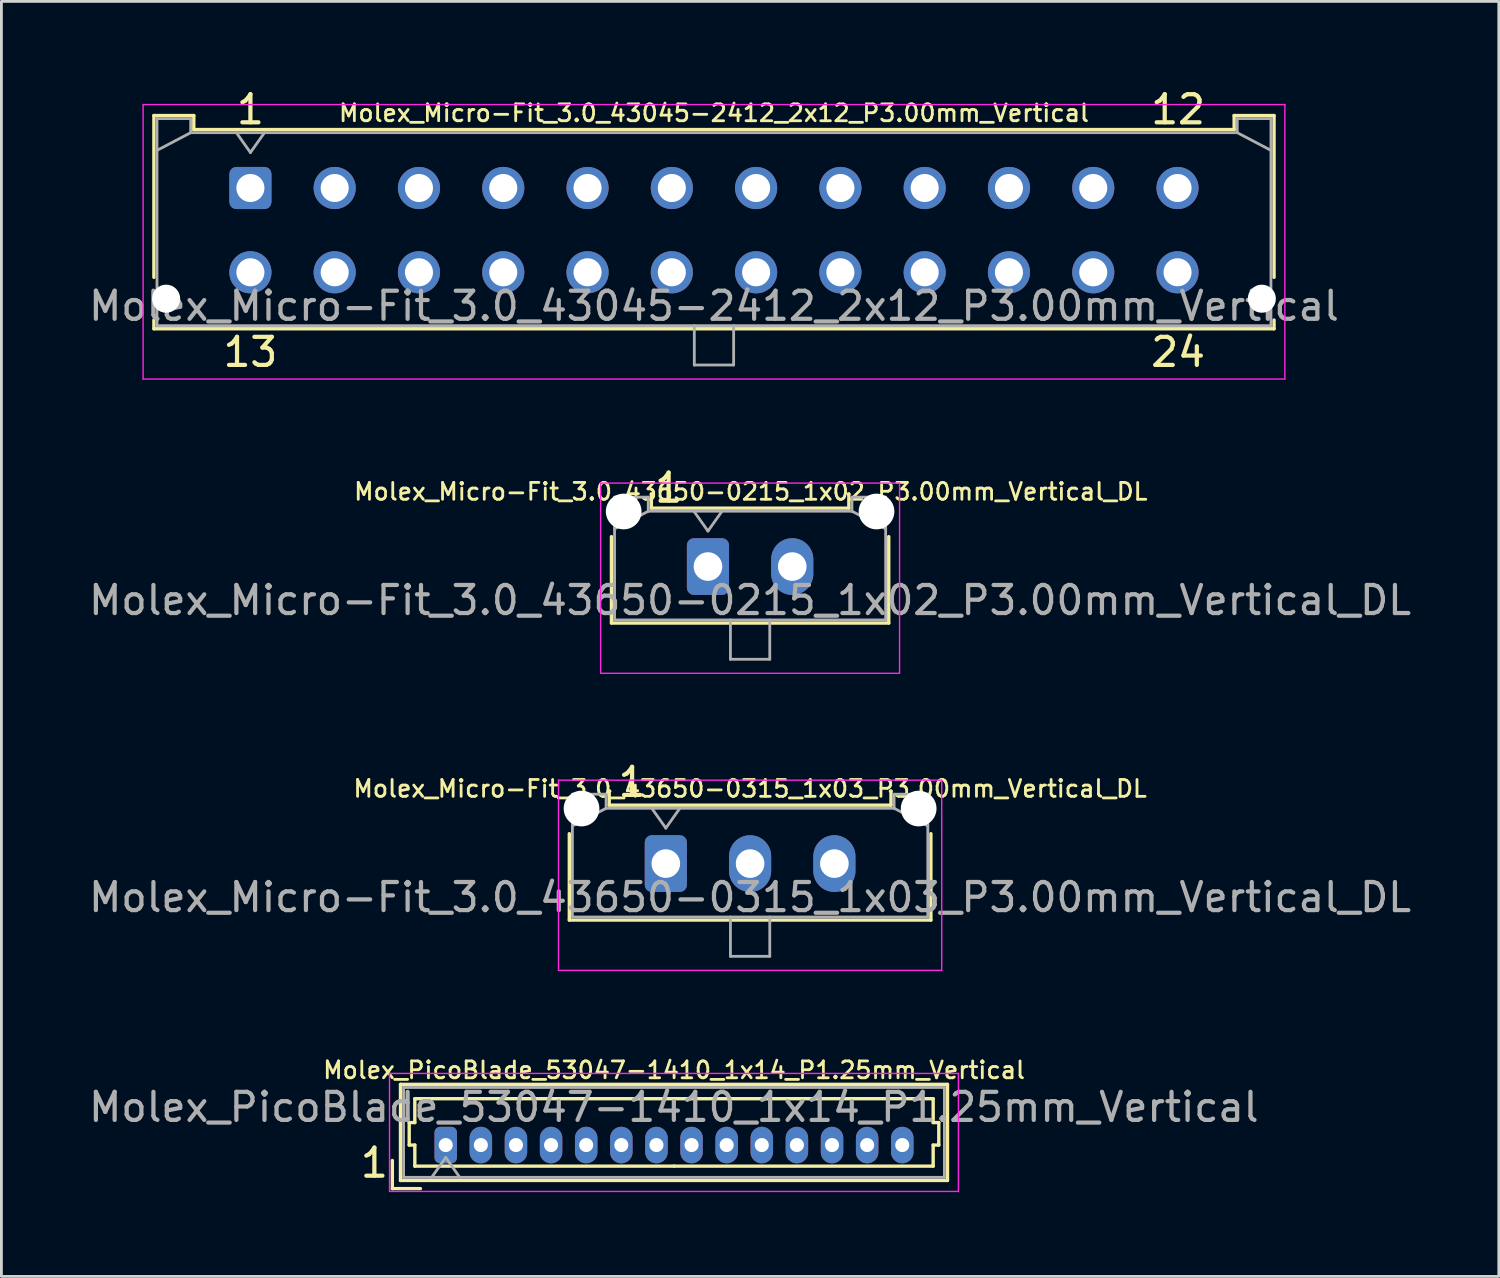
<source format=kicad_pcb>
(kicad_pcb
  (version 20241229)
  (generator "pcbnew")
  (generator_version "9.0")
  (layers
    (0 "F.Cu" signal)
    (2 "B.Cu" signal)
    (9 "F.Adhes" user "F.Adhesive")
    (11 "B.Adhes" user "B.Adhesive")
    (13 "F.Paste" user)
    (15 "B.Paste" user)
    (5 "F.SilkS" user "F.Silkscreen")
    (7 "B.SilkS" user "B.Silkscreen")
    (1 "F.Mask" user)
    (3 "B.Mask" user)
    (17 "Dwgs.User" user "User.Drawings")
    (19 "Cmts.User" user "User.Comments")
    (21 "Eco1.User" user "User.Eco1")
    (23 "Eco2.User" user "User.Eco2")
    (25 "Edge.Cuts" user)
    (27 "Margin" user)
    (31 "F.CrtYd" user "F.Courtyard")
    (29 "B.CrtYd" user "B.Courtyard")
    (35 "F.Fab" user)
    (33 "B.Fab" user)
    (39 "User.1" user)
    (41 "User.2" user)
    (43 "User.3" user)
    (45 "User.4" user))
  (footprint "Molex_Micro-Fit_3.0_43650-0315_1x03_P3.00mm_Vertical_DL"
    (layer "F.Cu")
    (at 20.649 27.689)
    (property "Reference" "Molex_Micro-Fit_3.0_43650-0315_1x03_P3.00mm_Vertical_DL" (at 3 -2.667 0) (layer "F.SilkS") (effects (font (size 0.6 0.6) (thickness 0.1))))
    (attr through_hole)
    (fp_line (start -3.435 -1.065) (end -3.435 2.01) (stroke (width 0.12) (type solid)) (layer "F.SilkS"))
    (fp_line (start -3.435 2.01) (end 9.435 2.01) (stroke (width 0.12) (type solid)) (layer "F.SilkS"))
    (fp_line (start -2.015 -2.58) (end -2.015 -2.08) (stroke (width 0.12) (type solid)) (layer "F.SilkS"))
    (fp_line (start -2.015 -2.08) (end 8.015 -2.08) (stroke (width 0.12) (type solid)) (layer "F.SilkS"))
    (fp_line (start -1.995 -2.58) (end -2.015 -2.58) (stroke (width 0.12) (type solid)) (layer "F.SilkS"))
    (fp_line (start 8.015 -2.58) (end 7.995 -2.58) (stroke (width 0.12) (type solid)) (layer "F.SilkS"))
    (fp_line (start 8.015 -2.08) (end 8.015 -2.58) (stroke (width 0.12) (type solid)) (layer "F.SilkS"))
    (fp_line (start 9.435 2.01) (end 9.435 -1.065) (stroke (width 0.12) (type solid)) (layer "F.SilkS"))
    (fp_line (start -3.82 -2.97) (end 9.82 -2.97) (stroke (width 0.05) (type solid)) (layer "F.CrtYd"))
    (fp_line (start -3.82 3.8) (end -3.82 -2.97) (stroke (width 0.05) (type solid)) (layer "F.CrtYd"))
    (fp_line (start 9.82 -2.97) (end 9.82 3.8) (stroke (width 0.05) (type solid)) (layer "F.CrtYd"))
    (fp_line (start 9.82 3.8) (end -3.82 3.8) (stroke (width 0.05) (type solid)) (layer "F.CrtYd"))
    (fp_line (start -3.325 -2.47) (end -3.325 1.9) (stroke (width 0.1) (type solid)) (layer "F.Fab"))
    (fp_line (start -3.325 -1.34) (end -2.125 -1.97) (stroke (width 0.1) (type solid)) (layer "F.Fab"))
    (fp_line (start -3.325 1.9) (end 9.325 1.9) (stroke (width 0.1) (type solid)) (layer "F.Fab"))
    (fp_line (start -2.125 -2.47) (end -3.325 -2.47) (stroke (width 0.1) (type solid)) (layer "F.Fab"))
    (fp_line (start -2.125 -1.97) (end -2.125 -2.47) (stroke (width 0.1) (type solid)) (layer "F.Fab"))
    (fp_line (start -0.5 -1.97) (end 0 -1.263) (stroke (width 0.1) (type solid)) (layer "F.Fab"))
    (fp_line (start 0 -1.263) (end 0.5 -1.97) (stroke (width 0.1) (type solid)) (layer "F.Fab"))
    (fp_line (start 2.3 1.9) (end 2.3 3.3) (stroke (width 0.1) (type solid)) (layer "F.Fab"))
    (fp_line (start 2.3 3.3) (end 3.7 3.3) (stroke (width 0.1) (type solid)) (layer "F.Fab"))
    (fp_line (start 3.7 3.3) (end 3.7 1.9) (stroke (width 0.1) (type solid)) (layer "F.Fab"))
    (fp_line (start 8.125 -2.47) (end 8.125 -1.97) (stroke (width 0.1) (type solid)) (layer "F.Fab"))
    (fp_line (start 8.125 -1.97) (end -2.125 -1.97) (stroke (width 0.1) (type solid)) (layer "F.Fab"))
    (fp_line (start 9.325 -2.47) (end 8.125 -2.47) (stroke (width 0.1) (type solid)) (layer "F.Fab"))
    (fp_line (start 9.325 -1.34) (end 8.125 -1.97) (stroke (width 0.1) (type solid)) (layer "F.Fab"))
    (fp_line (start 9.325 1.9) (end 9.325 -2.47) (stroke (width 0.1) (type solid)) (layer "F.Fab"))
    (fp_text user "1" (at -1.2 -2.9 0) (unlocked yes) (layer "F.SilkS") (effects (font (size 1 1) (thickness 0.15))))
    (fp_text user "${REFERENCE}" (at 3 1.2 0) (layer "F.Fab") (effects (font (size 1 1) (thickness 0.15))))
    (pad "" np_thru_hole circle (at -3 -1.96) (size 1.27 1.27) (drill 1.27) (layers "*.Cu" "*.Mask"))
    (pad "" np_thru_hole circle (at 9 -1.96) (size 1.27 1.27) (drill 1.27) (layers "*.Cu" "*.Mask"))
    (pad "1" thru_hole roundrect (at 0 0) (size 1.5 2.02) (drill 1.02) (layers "*.Cu" "*.Mask") (roundrect_rratio 0.167))
    (pad "2" thru_hole oval (at 3 0) (size 1.5 2.02) (drill 1.02) (layers "*.Cu" "*.Mask"))
    (pad "3" thru_hole oval (at 6 0) (size 1.5 2.02) (drill 1.02) (layers "*.Cu" "*.Mask")))
  (footprint "Molex_Micro-Fit_3.0_43045-2412_2x12_P3.00mm_Vertical"
    (layer "F.Cu")
    (at 5.863 3.642)
    (property "Reference" "Molex_Micro-Fit_3.0_43045-2412_2x12_P3.00mm_Vertical" (at 16.5 -2.667 0) (layer "F.SilkS") (effects (font (size 0.6 0.6) (thickness 0.1))))
    (attr through_hole)
    (fp_line (start -3.435 -2.58) (end -2.015 -2.58) (stroke (width 0.12) (type solid)) (layer "F.SilkS"))
    (fp_line (start -3.435 3.18) (end -3.435 -2.58) (stroke (width 0.12) (type solid)) (layer "F.SilkS"))
    (fp_line (start -3.435 4.7) (end -3.435 5.01) (stroke (width 0.12) (type solid)) (layer "F.SilkS"))
    (fp_line (start -3.435 5.01) (end 36.435 5.01) (stroke (width 0.12) (type solid)) (layer "F.SilkS"))
    (fp_line (start -2.015 -2.58) (end -2.015 -2.08) (stroke (width 0.12) (type solid)) (layer "F.SilkS"))
    (fp_line (start -2.015 -2.08) (end 35.015 -2.08) (stroke (width 0.12) (type solid)) (layer "F.SilkS"))
    (fp_line (start 35.015 -2.58) (end 36.435 -2.58) (stroke (width 0.12) (type solid)) (layer "F.SilkS"))
    (fp_line (start 35.015 -2.08) (end 35.015 -2.58) (stroke (width 0.12) (type solid)) (layer "F.SilkS"))
    (fp_line (start 36.435 -2.58) (end 36.435 3.18) (stroke (width 0.12) (type solid)) (layer "F.SilkS"))
    (fp_line (start 36.435 5.01) (end 36.435 4.7) (stroke (width 0.12) (type solid)) (layer "F.SilkS"))
    (fp_line (start -3.82 -2.97) (end 36.82 -2.97) (stroke (width 0.05) (type solid)) (layer "F.CrtYd"))
    (fp_line (start -3.82 6.8) (end -3.82 -2.97) (stroke (width 0.05) (type solid)) (layer "F.CrtYd"))
    (fp_line (start 36.82 -2.97) (end 36.82 6.8) (stroke (width 0.05) (type solid)) (layer "F.CrtYd"))
    (fp_line (start 36.82 6.8) (end -3.82 6.8) (stroke (width 0.05) (type solid)) (layer "F.CrtYd"))
    (fp_line (start -3.325 -2.47) (end -3.325 4.9) (stroke (width 0.1) (type solid)) (layer "F.Fab"))
    (fp_line (start -3.325 -1.34) (end -2.125 -1.97) (stroke (width 0.1) (type solid)) (layer "F.Fab"))
    (fp_line (start -3.325 4.9) (end 36.325 4.9) (stroke (width 0.1) (type solid)) (layer "F.Fab"))
    (fp_line (start -2.125 -2.47) (end -3.325 -2.47) (stroke (width 0.1) (type solid)) (layer "F.Fab"))
    (fp_line (start -2.125 -1.97) (end -2.125 -2.47) (stroke (width 0.1) (type solid)) (layer "F.Fab"))
    (fp_line (start -0.5 -1.97) (end 0 -1.263) (stroke (width 0.1) (type solid)) (layer "F.Fab"))
    (fp_line (start 0 -1.263) (end 0.5 -1.97) (stroke (width 0.1) (type solid)) (layer "F.Fab"))
    (fp_line (start 15.8 4.9) (end 15.8 6.3) (stroke (width 0.1) (type solid)) (layer "F.Fab"))
    (fp_line (start 15.8 6.3) (end 17.2 6.3) (stroke (width 0.1) (type solid)) (layer "F.Fab"))
    (fp_line (start 17.2 6.3) (end 17.2 4.9) (stroke (width 0.1) (type solid)) (layer "F.Fab"))
    (fp_line (start 35.125 -2.47) (end 35.125 -1.97) (stroke (width 0.1) (type solid)) (layer "F.Fab"))
    (fp_line (start 35.125 -1.97) (end -2.125 -1.97) (stroke (width 0.1) (type solid)) (layer "F.Fab"))
    (fp_line (start 36.325 -2.47) (end 35.125 -2.47) (stroke (width 0.1) (type solid)) (layer "F.Fab"))
    (fp_line (start 36.325 -1.34) (end 35.125 -1.97) (stroke (width 0.1) (type solid)) (layer "F.Fab"))
    (fp_line (start 36.325 4.9) (end 36.325 -2.47) (stroke (width 0.1) (type solid)) (layer "F.Fab"))
    (fp_text user "13" (at 0 5.842 0) (unlocked yes) (layer "F.SilkS") (effects (font (size 1 1) (thickness 0.15))))
    (fp_text user "12" (at 33.02 -2.794 0) (unlocked yes) (layer "F.SilkS") (effects (font (size 1 1) (thickness 0.15))))
    (fp_text user "1" (at 0 -2.794 0) (unlocked yes) (layer "F.SilkS") (effects (font (size 1 1) (thickness 0.15))))
    (fp_text user "24" (at 33.02 5.842 0) (unlocked yes) (layer "F.SilkS") (effects (font (size 1 1) (thickness 0.15))))
    (fp_text user "${REFERENCE}" (at 16.5 4.2 0) (layer "F.Fab") (effects (font (size 1 1) (thickness 0.15))))
    (pad "" np_thru_hole circle (at -3 3.94) (size 1 1) (drill 1) (layers "*.Cu" "*.Mask"))
    (pad "" np_thru_hole circle (at 36 3.94) (size 1 1) (drill 1) (layers "*.Cu" "*.Mask"))
    (pad "1" thru_hole roundrect (at 0 0) (size 1.5 1.5) (drill 1) (layers "*.Cu" "*.Mask") (roundrect_rratio 0.167))
    (pad "2" thru_hole circle (at 3 0) (size 1.5 1.5) (drill 1) (layers "*.Cu" "*.Mask"))
    (pad "3" thru_hole circle (at 6 0) (size 1.5 1.5) (drill 1) (layers "*.Cu" "*.Mask"))
    (pad "4" thru_hole circle (at 9 0) (size 1.5 1.5) (drill 1) (layers "*.Cu" "*.Mask"))
    (pad "5" thru_hole circle (at 12 0) (size 1.5 1.5) (drill 1) (layers "*.Cu" "*.Mask"))
    (pad "6" thru_hole circle (at 15 0) (size 1.5 1.5) (drill 1) (layers "*.Cu" "*.Mask"))
    (pad "7" thru_hole circle (at 18 0) (size 1.5 1.5) (drill 1) (layers "*.Cu" "*.Mask"))
    (pad "8" thru_hole circle (at 21 0) (size 1.5 1.5) (drill 1) (layers "*.Cu" "*.Mask"))
    (pad "9" thru_hole circle (at 24 0) (size 1.5 1.5) (drill 1) (layers "*.Cu" "*.Mask"))
    (pad "10" thru_hole circle (at 27 0) (size 1.5 1.5) (drill 1) (layers "*.Cu" "*.Mask"))
    (pad "11" thru_hole circle (at 30 0) (size 1.5 1.5) (drill 1) (layers "*.Cu" "*.Mask"))
    (pad "12" thru_hole circle (at 33 0) (size 1.5 1.5) (drill 1) (layers "*.Cu" "*.Mask"))
    (pad "13" thru_hole circle (at 0 3) (size 1.5 1.5) (drill 1) (layers "*.Cu" "*.Mask"))
    (pad "14" thru_hole circle (at 3 3) (size 1.5 1.5) (drill 1) (layers "*.Cu" "*.Mask"))
    (pad "15" thru_hole circle (at 6 3) (size 1.5 1.5) (drill 1) (layers "*.Cu" "*.Mask"))
    (pad "16" thru_hole circle (at 9 3) (size 1.5 1.5) (drill 1) (layers "*.Cu" "*.Mask"))
    (pad "17" thru_hole circle (at 12 3) (size 1.5 1.5) (drill 1) (layers "*.Cu" "*.Mask"))
    (pad "18" thru_hole circle (at 15 3) (size 1.5 1.5) (drill 1) (layers "*.Cu" "*.Mask"))
    (pad "19" thru_hole circle (at 18 3) (size 1.5 1.5) (drill 1) (layers "*.Cu" "*.Mask"))
    (pad "20" thru_hole circle (at 21 3) (size 1.5 1.5) (drill 1) (layers "*.Cu" "*.Mask"))
    (pad "21" thru_hole circle (at 24 3) (size 1.5 1.5) (drill 1) (layers "*.Cu" "*.Mask"))
    (pad "22" thru_hole circle (at 27 3) (size 1.5 1.5) (drill 1) (layers "*.Cu" "*.Mask"))
    (pad "23" thru_hole circle (at 30 3) (size 1.5 1.5) (drill 1) (layers "*.Cu" "*.Mask"))
    (pad "24" thru_hole circle (at 33 3) (size 1.5 1.5) (drill 1) (layers "*.Cu" "*.Mask")))
  (footprint "Molex_PicoBlade_53047-1410_1x14_P1.25mm_Vertical"
    (layer "F.Cu")
    (at 12.815 37.707)
    (property "Reference" "Molex_PicoBlade_53047-1410_1x14_P1.25mm_Vertical" (at 8.128 -2.667 0) (layer "F.SilkS") (effects (font (size 0.6 0.6) (thickness 0.1))))
    (attr through_hole)
    (fp_line (start -1.9 1.55) (end -1.9 0.55) (stroke (width 0.12) (type solid)) (layer "F.SilkS"))
    (fp_line (start -1.9 1.55) (end -0.9 1.55) (stroke (width 0.12) (type solid)) (layer "F.SilkS"))
    (fp_line (start -1.61 -2.16) (end -1.61 1.26) (stroke (width 0.12) (type solid)) (layer "F.SilkS"))
    (fp_line (start -1.61 1.26) (end 17.86 1.26) (stroke (width 0.12) (type solid)) (layer "F.SilkS"))
    (fp_line (start -1.3 -0.8) (end -1.1 -0.8) (stroke (width 0.12) (type solid)) (layer "F.SilkS"))
    (fp_line (start -1.3 0) (end -1.3 -0.8) (stroke (width 0.12) (type solid)) (layer "F.SilkS"))
    (fp_line (start -1.1 -1.65) (end 8.125 -1.65) (stroke (width 0.12) (type solid)) (layer "F.SilkS"))
    (fp_line (start -1.1 -0.8) (end -1.1 -1.65) (stroke (width 0.12) (type solid)) (layer "F.SilkS"))
    (fp_line (start -1.1 0) (end -1.3 0) (stroke (width 0.12) (type solid)) (layer "F.SilkS"))
    (fp_line (start -1.1 0.75) (end -1.1 0) (stroke (width 0.12) (type solid)) (layer "F.SilkS"))
    (fp_line (start 8.125 0.75) (end -1.1 0.75) (stroke (width 0.12) (type solid)) (layer "F.SilkS"))
    (fp_line (start 8.125 0.75) (end 17.35 0.75) (stroke (width 0.12) (type solid)) (layer "F.SilkS"))
    (fp_line (start 17.35 -1.65) (end 8.125 -1.65) (stroke (width 0.12) (type solid)) (layer "F.SilkS"))
    (fp_line (start 17.35 -0.8) (end 17.35 -1.65) (stroke (width 0.12) (type solid)) (layer "F.SilkS"))
    (fp_line (start 17.35 0) (end 17.55 0) (stroke (width 0.12) (type solid)) (layer "F.SilkS"))
    (fp_line (start 17.35 0.75) (end 17.35 0) (stroke (width 0.12) (type solid)) (layer "F.SilkS"))
    (fp_line (start 17.55 -0.8) (end 17.35 -0.8) (stroke (width 0.12) (type solid)) (layer "F.SilkS"))
    (fp_line (start 17.55 0) (end 17.55 -0.8) (stroke (width 0.12) (type solid)) (layer "F.SilkS"))
    (fp_line (start 17.86 -2.16) (end -1.61 -2.16) (stroke (width 0.12) (type solid)) (layer "F.SilkS"))
    (fp_line (start 17.86 1.26) (end 17.86 -2.16) (stroke (width 0.12) (type solid)) (layer "F.SilkS"))
    (fp_line (start -2 -2.55) (end -2 1.65) (stroke (width 0.05) (type solid)) (layer "F.CrtYd"))
    (fp_line (start -2 1.65) (end 18.25 1.65) (stroke (width 0.05) (type solid)) (layer "F.CrtYd"))
    (fp_line (start 18.25 -2.55) (end -2 -2.55) (stroke (width 0.05) (type solid)) (layer "F.CrtYd"))
    (fp_line (start 18.25 1.65) (end 18.25 -2.55) (stroke (width 0.05) (type solid)) (layer "F.CrtYd"))
    (fp_line (start -1.5 -2.05) (end -1.5 1.15) (stroke (width 0.1) (type solid)) (layer "F.Fab"))
    (fp_line (start -1.5 1.15) (end 17.75 1.15) (stroke (width 0.1) (type solid)) (layer "F.Fab"))
    (fp_line (start -0.5 1.15) (end 0 0.443) (stroke (width 0.1) (type solid)) (layer "F.Fab"))
    (fp_line (start 0 0.443) (end 0.5 1.15) (stroke (width 0.1) (type solid)) (layer "F.Fab"))
    (fp_line (start 17.75 -2.05) (end -1.5 -2.05) (stroke (width 0.1) (type solid)) (layer "F.Fab"))
    (fp_line (start 17.75 1.15) (end 17.75 -2.05) (stroke (width 0.1) (type solid)) (layer "F.Fab"))
    (fp_text user "1" (at -2.54 0.635 0) (unlocked yes) (layer "F.SilkS") (effects (font (size 1 1) (thickness 0.15))))
    (fp_text user "${REFERENCE}" (at 8.12 -1.35 0) (layer "F.Fab") (effects (font (size 1 1) (thickness 0.15))))
    (pad "1" thru_hole roundrect (at 0 0) (size 0.8 1.3) (drill 0.5) (layers "*.Cu" "*.Mask") (roundrect_rratio 0.25))
    (pad "2" thru_hole oval (at 1.25 0) (size 0.8 1.3) (drill 0.5) (layers "*.Cu" "*.Mask"))
    (pad "3" thru_hole oval (at 2.5 0) (size 0.8 1.3) (drill 0.5) (layers "*.Cu" "*.Mask"))
    (pad "4" thru_hole oval (at 3.75 0) (size 0.8 1.3) (drill 0.5) (layers "*.Cu" "*.Mask"))
    (pad "5" thru_hole oval (at 5 0) (size 0.8 1.3) (drill 0.5) (layers "*.Cu" "*.Mask"))
    (pad "6" thru_hole oval (at 6.25 0) (size 0.8 1.3) (drill 0.5) (layers "*.Cu" "*.Mask"))
    (pad "7" thru_hole oval (at 7.5 0) (size 0.8 1.3) (drill 0.5) (layers "*.Cu" "*.Mask"))
    (pad "8" thru_hole oval (at 8.75 0) (size 0.8 1.3) (drill 0.5) (layers "*.Cu" "*.Mask"))
    (pad "9" thru_hole oval (at 10 0) (size 0.8 1.3) (drill 0.5) (layers "*.Cu" "*.Mask"))
    (pad "10" thru_hole oval (at 11.25 0) (size 0.8 1.3) (drill 0.5) (layers "*.Cu" "*.Mask"))
    (pad "11" thru_hole oval (at 12.5 0) (size 0.8 1.3) (drill 0.5) (layers "*.Cu" "*.Mask"))
    (pad "12" thru_hole oval (at 13.75 0) (size 0.8 1.3) (drill 0.5) (layers "*.Cu" "*.Mask"))
    (pad "13" thru_hole oval (at 15 0) (size 0.8 1.3) (drill 0.5) (layers "*.Cu" "*.Mask"))
    (pad "14" thru_hole oval (at 16.25 0) (size 0.8 1.3) (drill 0.5) (layers "*.Cu" "*.Mask")))
  (footprint "Molex_Micro-Fit_3.0_43650-0215_1x02_P3.00mm_Vertical_DL"
    (layer "F.Cu")
    (at 22.149 17.116)
    (property "Reference" "Molex_Micro-Fit_3.0_43650-0215_1x02_P3.00mm_Vertical_DL" (at 1.524 -2.667 0) (layer "F.SilkS") (effects (font (size 0.6 0.6) (thickness 0.1))))
    (attr through_hole)
    (fp_line (start -3.435 -1.065) (end -3.435 2.01) (stroke (width 0.12) (type solid)) (layer "F.SilkS"))
    (fp_line (start -3.435 2.01) (end 6.435 2.01) (stroke (width 0.12) (type solid)) (layer "F.SilkS"))
    (fp_line (start -2.015 -2.58) (end -2.015 -2.08) (stroke (width 0.12) (type solid)) (layer "F.SilkS"))
    (fp_line (start -2.015 -2.08) (end 5.015 -2.08) (stroke (width 0.12) (type solid)) (layer "F.SilkS"))
    (fp_line (start -1.995 -2.58) (end -2.015 -2.58) (stroke (width 0.12) (type solid)) (layer "F.SilkS"))
    (fp_line (start 5.015 -2.58) (end 4.995 -2.58) (stroke (width 0.12) (type solid)) (layer "F.SilkS"))
    (fp_line (start 5.015 -2.08) (end 5.015 -2.58) (stroke (width 0.12) (type solid)) (layer "F.SilkS"))
    (fp_line (start 6.435 2.01) (end 6.435 -1.065) (stroke (width 0.12) (type solid)) (layer "F.SilkS"))
    (fp_line (start -3.82 -2.97) (end 6.82 -2.97) (stroke (width 0.05) (type solid)) (layer "F.CrtYd"))
    (fp_line (start -3.82 3.8) (end -3.82 -2.97) (stroke (width 0.05) (type solid)) (layer "F.CrtYd"))
    (fp_line (start 6.82 -2.97) (end 6.82 3.8) (stroke (width 0.05) (type solid)) (layer "F.CrtYd"))
    (fp_line (start 6.82 3.8) (end -3.82 3.8) (stroke (width 0.05) (type solid)) (layer "F.CrtYd"))
    (fp_line (start -3.325 -2.47) (end -3.325 1.9) (stroke (width 0.1) (type solid)) (layer "F.Fab"))
    (fp_line (start -3.325 -1.34) (end -2.125 -1.97) (stroke (width 0.1) (type solid)) (layer "F.Fab"))
    (fp_line (start -3.325 1.9) (end 6.325 1.9) (stroke (width 0.1) (type solid)) (layer "F.Fab"))
    (fp_line (start -2.125 -2.47) (end -3.325 -2.47) (stroke (width 0.1) (type solid)) (layer "F.Fab"))
    (fp_line (start -2.125 -1.97) (end -2.125 -2.47) (stroke (width 0.1) (type solid)) (layer "F.Fab"))
    (fp_line (start -0.5 -1.97) (end 0 -1.263) (stroke (width 0.1) (type solid)) (layer "F.Fab"))
    (fp_line (start 0 -1.263) (end 0.5 -1.97) (stroke (width 0.1) (type solid)) (layer "F.Fab"))
    (fp_line (start 0.8 1.9) (end 0.8 3.3) (stroke (width 0.1) (type solid)) (layer "F.Fab"))
    (fp_line (start 0.8 3.3) (end 2.2 3.3) (stroke (width 0.1) (type solid)) (layer "F.Fab"))
    (fp_line (start 2.2 3.3) (end 2.2 1.9) (stroke (width 0.1) (type solid)) (layer "F.Fab"))
    (fp_line (start 5.125 -2.47) (end 5.125 -1.97) (stroke (width 0.1) (type solid)) (layer "F.Fab"))
    (fp_line (start 5.125 -1.97) (end -2.125 -1.97) (stroke (width 0.1) (type solid)) (layer "F.Fab"))
    (fp_line (start 6.325 -2.47) (end 5.125 -2.47) (stroke (width 0.1) (type solid)) (layer "F.Fab"))
    (fp_line (start 6.325 -1.34) (end 5.125 -1.97) (stroke (width 0.1) (type solid)) (layer "F.Fab"))
    (fp_line (start 6.325 1.9) (end 6.325 -2.47) (stroke (width 0.1) (type solid)) (layer "F.Fab"))
    (fp_text user "1" (at -1.4 -2.8 0) (unlocked yes) (layer "F.SilkS") (effects (font (size 1 1) (thickness 0.15))))
    (fp_text user "${REFERENCE}" (at 1.5 1.2 0) (layer "F.Fab") (effects (font (size 1 1) (thickness 0.15))))
    (pad "" np_thru_hole circle (at -3 -1.96) (size 1.27 1.27) (drill 1.27) (layers "*.Cu" "*.Mask"))
    (pad "" np_thru_hole circle (at 6 -1.96) (size 1.27 1.27) (drill 1.27) (layers "*.Cu" "*.Mask"))
    (pad "1" thru_hole roundrect (at 0 0) (size 1.5 2.02) (drill 1.02) (layers "*.Cu" "*.Mask") (roundrect_rratio 0.167))
    (pad "2" thru_hole oval (at 3 0) (size 1.5 2.02) (drill 1.02) (layers "*.Cu" "*.Mask")))
  (gr_rect
    (start -3 -3)
    (end 50.298 42.382)
    (stroke (width 0.1) (type default))
    (fill no)
    (layer "Edge.Cuts")))
</source>
